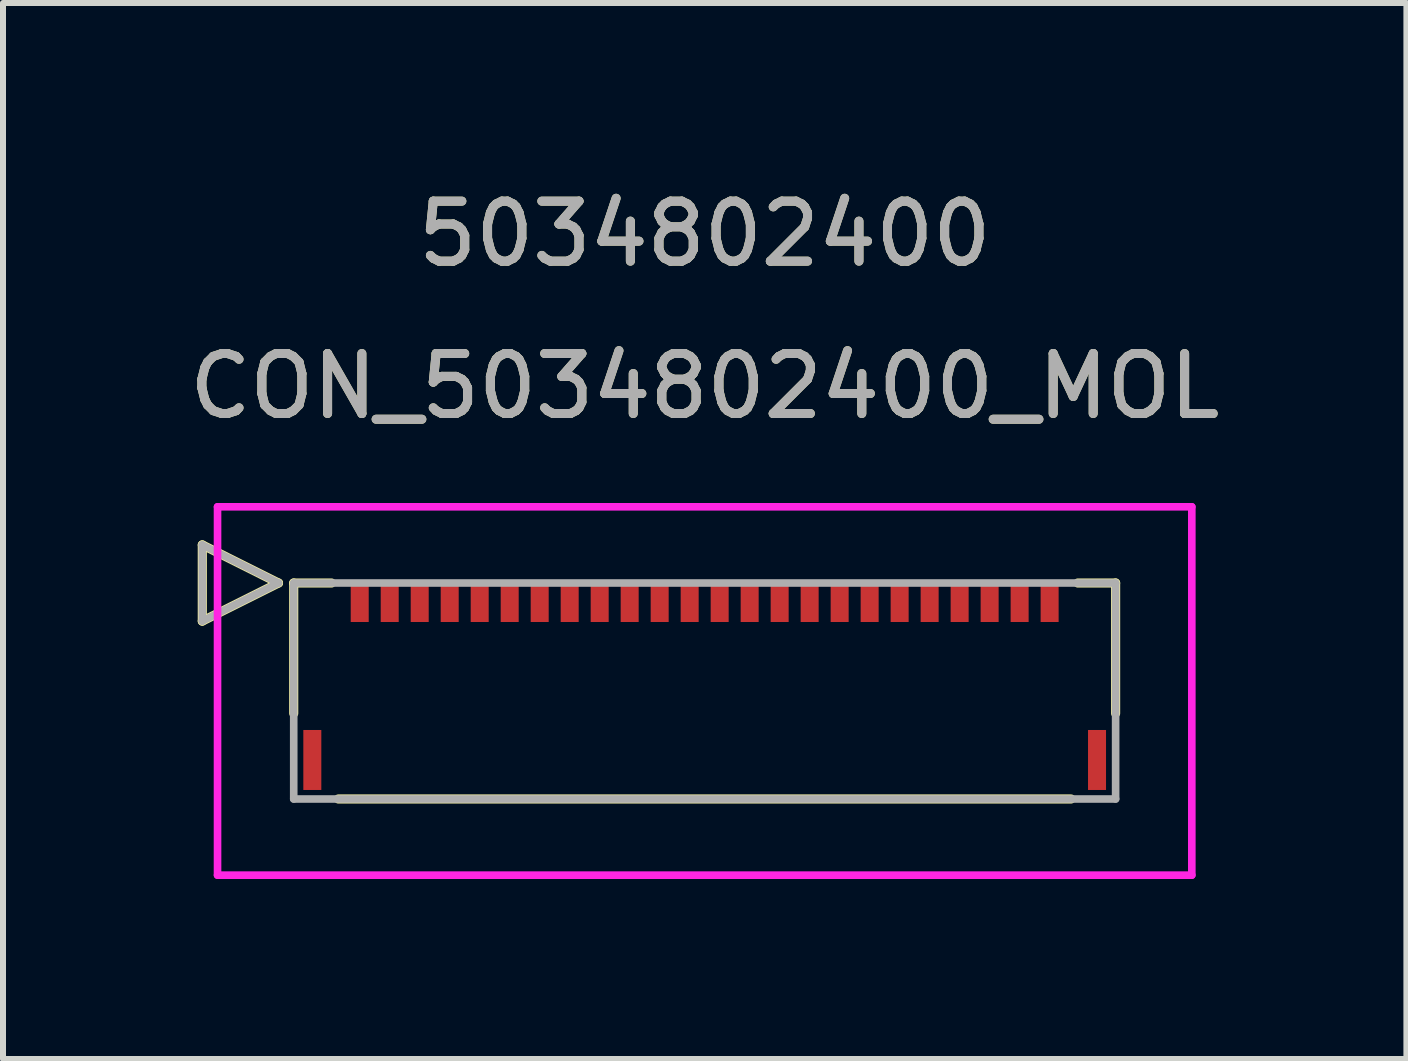
<source format=kicad_pcb>
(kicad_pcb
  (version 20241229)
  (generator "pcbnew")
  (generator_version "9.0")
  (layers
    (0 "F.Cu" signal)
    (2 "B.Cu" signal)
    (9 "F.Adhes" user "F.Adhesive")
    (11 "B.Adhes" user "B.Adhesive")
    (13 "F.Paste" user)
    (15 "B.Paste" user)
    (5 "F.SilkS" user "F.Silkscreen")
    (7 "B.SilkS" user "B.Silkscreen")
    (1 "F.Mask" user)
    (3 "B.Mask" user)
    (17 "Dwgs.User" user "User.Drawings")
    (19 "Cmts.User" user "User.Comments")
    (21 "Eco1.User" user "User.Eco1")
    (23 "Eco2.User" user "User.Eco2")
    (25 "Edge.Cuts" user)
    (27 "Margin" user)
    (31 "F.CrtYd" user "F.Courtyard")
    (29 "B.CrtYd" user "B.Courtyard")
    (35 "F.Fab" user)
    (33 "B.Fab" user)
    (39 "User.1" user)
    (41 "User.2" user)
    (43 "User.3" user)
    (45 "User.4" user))
  (footprint "CON_5034802400_MOL"
    (layer "F.Cu")
    (at 8.696 8.468)
    (property "Reference" "CON_5034802400_MOL" (at 0 -5.08 0) (unlocked yes) (layer "F.SilkS") (effects (font (size 1 1) (thickness 0.15))))
    (attr smd)
    (fp_line (start -8.374 -2.435) (end -8.374 -1.165) (stroke (width 0.152) (type solid)) (layer "F.SilkS"))
    (fp_line (start -8.374 -1.165) (end -7.104 -1.8) (stroke (width 0.152) (type solid)) (layer "F.SilkS"))
    (fp_line (start -7.104 -1.8) (end -8.374 -2.435) (stroke (width 0.152) (type solid)) (layer "F.SilkS"))
    (fp_line (start -6.85 -1.8) (end -6.85 0.373) (stroke (width 0.152) (type solid)) (layer "F.SilkS"))
    (fp_line (start -6.22 -1.8) (end -6.85 -1.8) (stroke (width 0.152) (type solid)) (layer "F.SilkS"))
    (fp_line (start -6.107 1.8) (end 6.107 1.8) (stroke (width 0.152) (type solid)) (layer "F.SilkS"))
    (fp_line (start 6.85 -1.8) (end 6.22 -1.8) (stroke (width 0.152) (type solid)) (layer "F.SilkS"))
    (fp_line (start 6.85 0.373) (end 6.85 -1.8) (stroke (width 0.152) (type solid)) (layer "F.SilkS"))
    (fp_line (start -8.12 -3.07) (end -8.12 3.07) (stroke (width 0.127) (type solid)) (layer "F.CrtYd"))
    (fp_line (start -8.12 3.07) (end 8.12 3.07) (stroke (width 0.127) (type solid)) (layer "F.CrtYd"))
    (fp_line (start 8.12 -3.07) (end -8.12 -3.07) (stroke (width 0.127) (type solid)) (layer "F.CrtYd"))
    (fp_line (start 8.12 3.07) (end 8.12 -3.07) (stroke (width 0.127) (type solid)) (layer "F.CrtYd"))
    (fp_line (start -8.374 -2.435) (end -8.374 -1.165) (stroke (width 0.127) (type solid)) (layer "F.Fab"))
    (fp_line (start -8.374 -1.165) (end -7.104 -1.8) (stroke (width 0.127) (type solid)) (layer "F.Fab"))
    (fp_line (start -7.104 -1.8) (end -8.374 -2.435) (stroke (width 0.127) (type solid)) (layer "F.Fab"))
    (fp_line (start -6.85 -1.8) (end -6.85 1.8) (stroke (width 0.127) (type solid)) (layer "F.Fab"))
    (fp_line (start -6.85 1.8) (end 6.85 1.8) (stroke (width 0.127) (type solid)) (layer "F.Fab"))
    (fp_line (start 6.85 -1.8) (end -6.85 -1.8) (stroke (width 0.127) (type solid)) (layer "F.Fab"))
    (fp_line (start 6.85 1.8) (end 6.85 -1.8) (stroke (width 0.127) (type solid)) (layer "F.Fab"))
    (fp_text user "5034802400" (at 0 -7.62 0) (unlocked yes) (layer "F.SilkS") (effects (font (size 1 1) (thickness 0.15))))
    (fp_text user "5034802400" (at 0 -7.62 0) (unlocked yes) (layer "F.Fab") (effects (font (size 1 1) (thickness 0.15))))
    (fp_text user "${REFERENCE}" (at 0 -5.08 0) (unlocked yes) (layer "F.Fab") (effects (font (size 1 1) (thickness 0.15))))
    (pad "1" smd rect (at -5.75 -1.5) (size 0.3 0.7) (layers "F.Cu" "F.Mask" "F.Paste"))
    (pad "2" smd rect (at -5.25 -1.5) (size 0.3 0.7) (layers "F.Cu" "F.Mask" "F.Paste"))
    (pad "3" smd rect (at -4.75 -1.5) (size 0.3 0.7) (layers "F.Cu" "F.Mask" "F.Paste"))
    (pad "4" smd rect (at -4.25 -1.5) (size 0.3 0.7) (layers "F.Cu" "F.Mask" "F.Paste"))
    (pad "5" smd rect (at -3.75 -1.5) (size 0.3 0.7) (layers "F.Cu" "F.Mask" "F.Paste"))
    (pad "6" smd rect (at -3.25 -1.5) (size 0.3 0.7) (layers "F.Cu" "F.Mask" "F.Paste"))
    (pad "7" smd rect (at -2.75 -1.5) (size 0.3 0.7) (layers "F.Cu" "F.Mask" "F.Paste"))
    (pad "8" smd rect (at -2.25 -1.5) (size 0.3 0.7) (layers "F.Cu" "F.Mask" "F.Paste"))
    (pad "9" smd rect (at -1.75 -1.5) (size 0.3 0.7) (layers "F.Cu" "F.Mask" "F.Paste"))
    (pad "10" smd rect (at -1.25 -1.5) (size 0.3 0.7) (layers "F.Cu" "F.Mask" "F.Paste"))
    (pad "11" smd rect (at -0.75 -1.5) (size 0.3 0.7) (layers "F.Cu" "F.Mask" "F.Paste"))
    (pad "12" smd rect (at -0.25 -1.5) (size 0.3 0.7) (layers "F.Cu" "F.Mask" "F.Paste"))
    (pad "13" smd rect (at 0.25 -1.5) (size 0.3 0.7) (layers "F.Cu" "F.Mask" "F.Paste"))
    (pad "14" smd rect (at 0.75 -1.5) (size 0.3 0.7) (layers "F.Cu" "F.Mask" "F.Paste"))
    (pad "15" smd rect (at 1.25 -1.5) (size 0.3 0.7) (layers "F.Cu" "F.Mask" "F.Paste"))
    (pad "16" smd rect (at 1.75 -1.5) (size 0.3 0.7) (layers "F.Cu" "F.Mask" "F.Paste"))
    (pad "17" smd rect (at 2.25 -1.5) (size 0.3 0.7) (layers "F.Cu" "F.Mask" "F.Paste"))
    (pad "18" smd rect (at 2.75 -1.5) (size 0.3 0.7) (layers "F.Cu" "F.Mask" "F.Paste"))
    (pad "19" smd rect (at 3.25 -1.5) (size 0.3 0.7) (layers "F.Cu" "F.Mask" "F.Paste"))
    (pad "20" smd rect (at 3.75 -1.5) (size 0.3 0.7) (layers "F.Cu" "F.Mask" "F.Paste"))
    (pad "21" smd rect (at 4.25 -1.5) (size 0.3 0.7) (layers "F.Cu" "F.Mask" "F.Paste"))
    (pad "22" smd rect (at 4.75 -1.5) (size 0.3 0.7) (layers "F.Cu" "F.Mask" "F.Paste"))
    (pad "23" smd rect (at 5.25 -1.5) (size 0.3 0.7) (layers "F.Cu" "F.Mask" "F.Paste"))
    (pad "24" smd rect (at 5.75 -1.5) (size 0.3 0.7) (layers "F.Cu" "F.Mask" "F.Paste"))
    (pad "P1" smd rect (at -6.54 1.15) (size 0.3 1) (layers "F.Cu" "F.Mask" "F.Paste"))
    (pad "P2" smd rect (at 6.54 1.15) (size 0.3 1) (layers "F.Cu" "F.Mask" "F.Paste")))
  (gr_rect
    (start -3 -3)
    (end 20.393 14.602)
    (stroke (width 0.1) (type default))
    (fill no)
    (layer "Edge.Cuts")))
</source>
